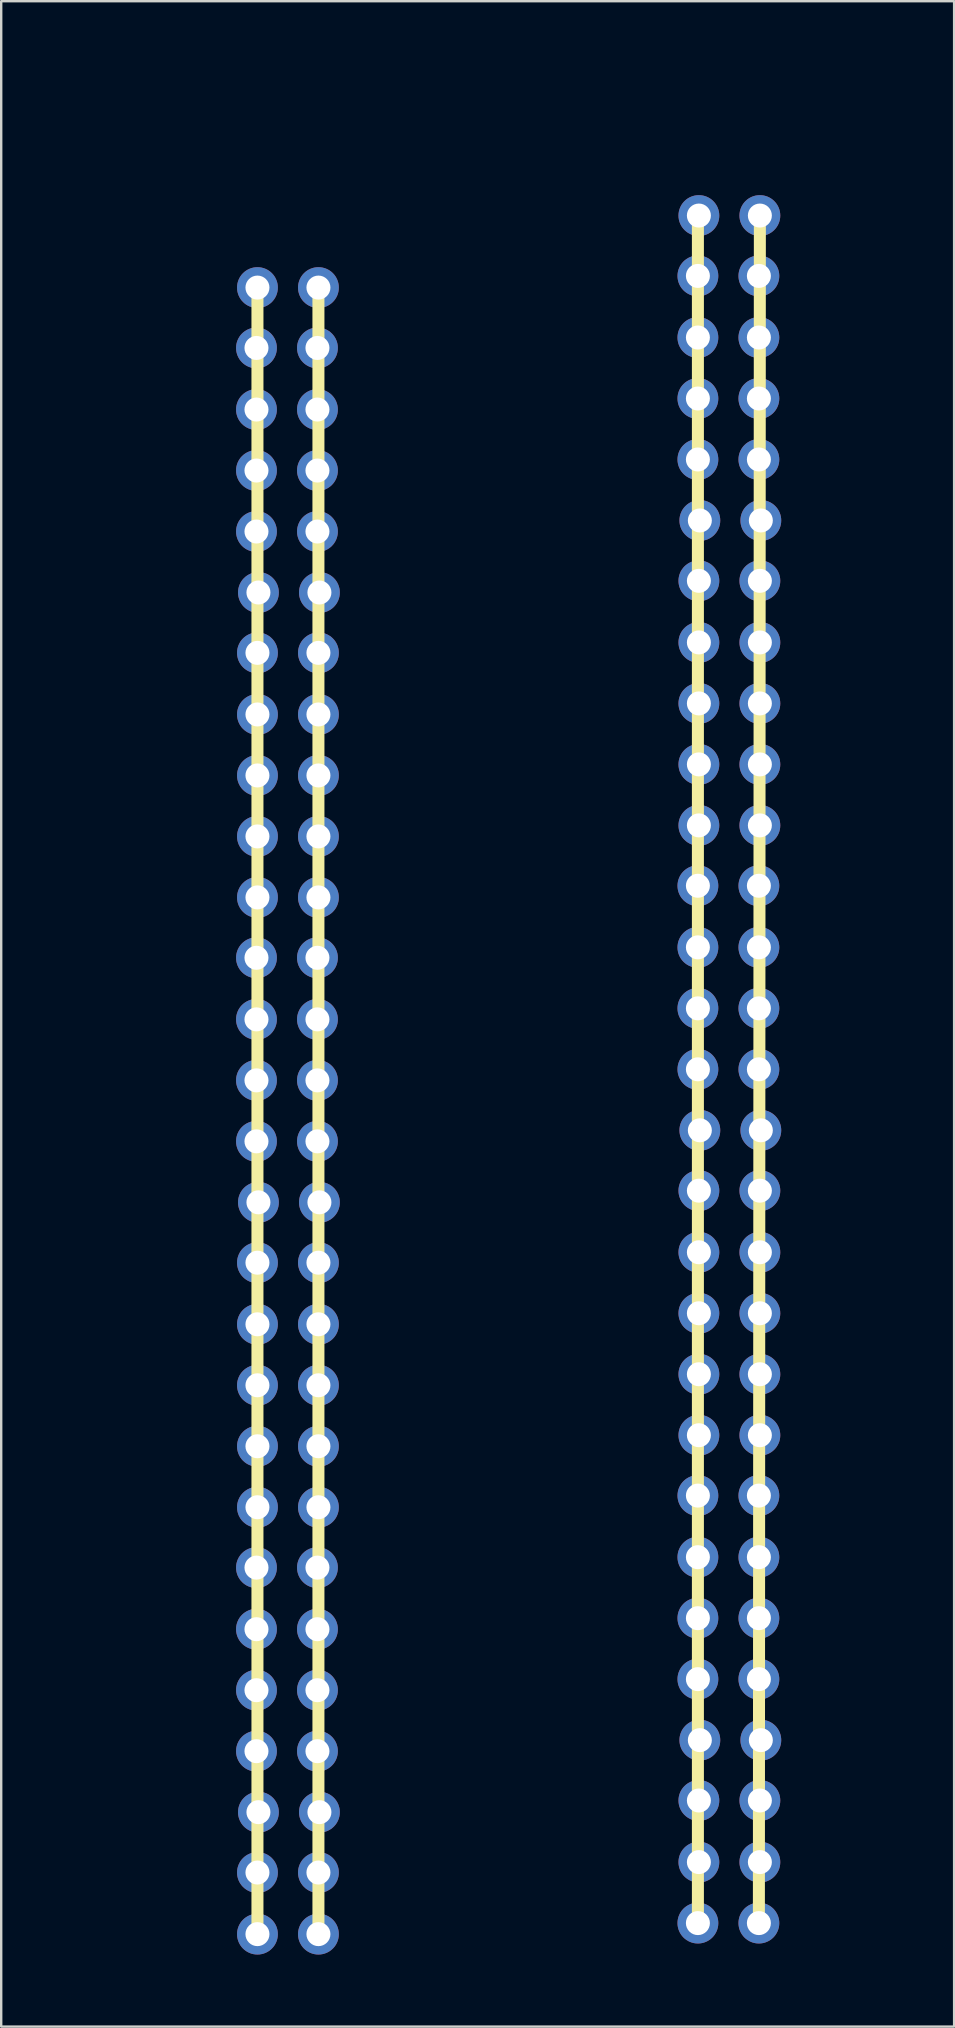
<source format=kicad_pcb>
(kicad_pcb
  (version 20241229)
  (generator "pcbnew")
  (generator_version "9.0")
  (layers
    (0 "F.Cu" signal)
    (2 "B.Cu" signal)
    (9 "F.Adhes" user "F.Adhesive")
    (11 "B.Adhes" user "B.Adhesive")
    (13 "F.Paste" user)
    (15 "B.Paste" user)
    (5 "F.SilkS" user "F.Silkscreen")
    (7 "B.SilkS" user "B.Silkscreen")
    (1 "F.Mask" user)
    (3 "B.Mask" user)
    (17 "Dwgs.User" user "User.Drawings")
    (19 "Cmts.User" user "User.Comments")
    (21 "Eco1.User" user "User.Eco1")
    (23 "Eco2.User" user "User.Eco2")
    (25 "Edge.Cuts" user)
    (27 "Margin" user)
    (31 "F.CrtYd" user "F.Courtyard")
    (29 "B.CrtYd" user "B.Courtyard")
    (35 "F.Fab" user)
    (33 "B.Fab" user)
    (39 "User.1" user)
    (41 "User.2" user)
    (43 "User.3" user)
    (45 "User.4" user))
  (footprint "28x2_pin_connected"
    (layer "F.Cu")
    (at 10.213 8.928)
    (property "Reference" "28x2_pin_connected" (at -2.54 -8.08 0) (unlocked yes) (layer "User.1") (effects (font (size 1 1) (thickness 0.15))))
    (attr through_hole)
    (fp_line (start -2.54 0) (end -2.54 68.58) (stroke (width 0.5) (type solid)) (layer "F.SilkS"))
    (fp_line (start 0 0) (end 0 68.58) (stroke (width 0.5) (type solid)) (layer "F.SilkS"))
    (pad "1" thru_hole oval (at -2.581 2.514) (size 1.7 1.7) (drill 1) (layers "*.Cu" "*.Mask"))
    (pad "1" thru_hole oval (at -2.581 5.08) (size 1.7 1.7) (drill 1) (layers "*.Cu" "*.Mask"))
    (pad "1" thru_hole oval (at -2.581 7.62) (size 1.7 1.7) (drill 1) (layers "*.Cu" "*.Mask"))
    (pad "1" thru_hole oval (at -2.581 10.16) (size 1.7 1.7) (drill 1) (layers "*.Cu" "*.Mask"))
    (pad "1" thru_hole oval (at -2.581 27.914) (size 1.7 1.7) (drill 1) (layers "*.Cu" "*.Mask"))
    (pad "1" thru_hole oval (at -2.581 30.48) (size 1.7 1.7) (drill 1) (layers "*.Cu" "*.Mask"))
    (pad "1" thru_hole oval (at -2.581 33.02) (size 1.7 1.7) (drill 1) (layers "*.Cu" "*.Mask"))
    (pad "1" thru_hole oval (at -2.581 35.56) (size 1.7 1.7) (drill 1) (layers "*.Cu" "*.Mask"))
    (pad "1" thru_hole oval (at -2.581 53.314) (size 1.7 1.7) (drill 1) (layers "*.Cu" "*.Mask"))
    (pad "1" thru_hole oval (at -2.581 55.88) (size 1.7 1.7) (drill 1) (layers "*.Cu" "*.Mask"))
    (pad "1" thru_hole oval (at -2.581 58.42) (size 1.7 1.7) (drill 1) (layers "*.Cu" "*.Mask"))
    (pad "1" thru_hole oval (at -2.581 60.96) (size 1.7 1.7) (drill 1) (layers "*.Cu" "*.Mask"))
    (pad "1" thru_hole oval (at -2.54 0) (size 1.7 1.7) (drill 1) (layers "*.Cu" "*.Mask"))
    (pad "1" thru_hole oval (at -2.54 15.214) (size 1.7 1.7) (drill 1) (layers "*.Cu" "*.Mask"))
    (pad "1" thru_hole oval (at -2.54 17.78) (size 1.7 1.7) (drill 1) (layers "*.Cu" "*.Mask"))
    (pad "1" thru_hole oval (at -2.54 20.32) (size 1.7 1.7) (drill 1) (layers "*.Cu" "*.Mask"))
    (pad "1" thru_hole oval (at -2.54 22.86) (size 1.7 1.7) (drill 1) (layers "*.Cu" "*.Mask"))
    (pad "1" thru_hole oval (at -2.54 25.4) (size 1.7 1.7) (drill 1) (layers "*.Cu" "*.Mask"))
    (pad "1" thru_hole oval (at -2.54 40.614) (size 1.7 1.7) (drill 1) (layers "*.Cu" "*.Mask"))
    (pad "1" thru_hole oval (at -2.54 43.18) (size 1.7 1.7) (drill 1) (layers "*.Cu" "*.Mask"))
    (pad "1" thru_hole oval (at -2.54 45.72) (size 1.7 1.7) (drill 1) (layers "*.Cu" "*.Mask"))
    (pad "1" thru_hole oval (at -2.54 48.26) (size 1.7 1.7) (drill 1) (layers "*.Cu" "*.Mask"))
    (pad "1" thru_hole oval (at -2.54 50.8) (size 1.7 1.7) (drill 1) (layers "*.Cu" "*.Mask"))
    (pad "1" thru_hole oval (at -2.54 66.014) (size 1.7 1.7) (drill 1) (layers "*.Cu" "*.Mask"))
    (pad "1" thru_hole oval (at -2.54 68.58) (size 1.7 1.7) (drill 1) (layers "*.Cu" "*.Mask"))
    (pad "1" thru_hole oval (at -2.499 12.7) (size 1.7 1.7) (drill 1) (layers "*.Cu" "*.Mask"))
    (pad "1" thru_hole oval (at -2.499 38.1) (size 1.7 1.7) (drill 1) (layers "*.Cu" "*.Mask"))
    (pad "1" thru_hole oval (at -2.499 63.5) (size 1.7 1.7) (drill 1) (layers "*.Cu" "*.Mask"))
    (pad "2" thru_hole oval (at -0.041 2.514) (size 1.7 1.7) (drill 1) (layers "*.Cu" "*.Mask"))
    (pad "2" thru_hole oval (at -0.041 5.08) (size 1.7 1.7) (drill 1) (layers "*.Cu" "*.Mask"))
    (pad "2" thru_hole oval (at -0.041 7.62) (size 1.7 1.7) (drill 1) (layers "*.Cu" "*.Mask"))
    (pad "2" thru_hole oval (at -0.041 10.16) (size 1.7 1.7) (drill 1) (layers "*.Cu" "*.Mask"))
    (pad "2" thru_hole oval (at -0.041 27.914) (size 1.7 1.7) (drill 1) (layers "*.Cu" "*.Mask"))
    (pad "2" thru_hole oval (at -0.041 30.48) (size 1.7 1.7) (drill 1) (layers "*.Cu" "*.Mask"))
    (pad "2" thru_hole oval (at -0.041 33.02) (size 1.7 1.7) (drill 1) (layers "*.Cu" "*.Mask"))
    (pad "2" thru_hole oval (at -0.041 35.56) (size 1.7 1.7) (drill 1) (layers "*.Cu" "*.Mask"))
    (pad "2" thru_hole oval (at -0.041 53.314) (size 1.7 1.7) (drill 1) (layers "*.Cu" "*.Mask"))
    (pad "2" thru_hole oval (at -0.041 55.88) (size 1.7 1.7) (drill 1) (layers "*.Cu" "*.Mask"))
    (pad "2" thru_hole oval (at -0.041 58.42) (size 1.7 1.7) (drill 1) (layers "*.Cu" "*.Mask"))
    (pad "2" thru_hole oval (at -0.041 60.96) (size 1.7 1.7) (drill 1) (layers "*.Cu" "*.Mask"))
    (pad "2" thru_hole oval (at 0 0) (size 1.7 1.7) (drill 1) (layers "*.Cu" "*.Mask"))
    (pad "2" thru_hole oval (at 0 15.214) (size 1.7 1.7) (drill 1) (layers "*.Cu" "*.Mask"))
    (pad "2" thru_hole oval (at 0 17.78) (size 1.7 1.7) (drill 1) (layers "*.Cu" "*.Mask"))
    (pad "2" thru_hole oval (at 0 20.32) (size 1.7 1.7) (drill 1) (layers "*.Cu" "*.Mask"))
    (pad "2" thru_hole oval (at 0 22.86) (size 1.7 1.7) (drill 1) (layers "*.Cu" "*.Mask"))
    (pad "2" thru_hole oval (at 0 25.4) (size 1.7 1.7) (drill 1) (layers "*.Cu" "*.Mask"))
    (pad "2" thru_hole oval (at 0 40.614) (size 1.7 1.7) (drill 1) (layers "*.Cu" "*.Mask"))
    (pad "2" thru_hole oval (at 0 43.18) (size 1.7 1.7) (drill 1) (layers "*.Cu" "*.Mask"))
    (pad "2" thru_hole oval (at 0 45.72) (size 1.7 1.7) (drill 1) (layers "*.Cu" "*.Mask"))
    (pad "2" thru_hole oval (at 0 48.26) (size 1.7 1.7) (drill 1) (layers "*.Cu" "*.Mask"))
    (pad "2" thru_hole oval (at 0 50.8) (size 1.7 1.7) (drill 1) (layers "*.Cu" "*.Mask"))
    (pad "2" thru_hole oval (at 0 66.014) (size 1.7 1.7) (drill 1) (layers "*.Cu" "*.Mask"))
    (pad "2" thru_hole oval (at 0 68.58) (size 1.7 1.7) (drill 1) (layers "*.Cu" "*.Mask"))
    (pad "2" thru_hole oval (at 0.041 12.7) (size 1.7 1.7) (drill 1) (layers "*.Cu" "*.Mask"))
    (pad "2" thru_hole oval (at 0.041 38.1) (size 1.7 1.7) (drill 1) (layers "*.Cu" "*.Mask"))
    (pad "2" thru_hole oval (at 0.041 63.5) (size 1.7 1.7) (drill 1) (layers "*.Cu" "*.Mask")))
  (footprint "29x2_pin_connected"
    (layer "F.Cu")
    (at 26.018 5.928)
    (property "Reference" "29x2_pin_connected" (at 0 -5.08 0) (unlocked yes) (layer "User.1") (effects (font (size 1 1) (thickness 0.15))))
    (attr through_hole)
    (fp_line (start 0 0) (end 0 71.12) (stroke (width 0.5) (type solid)) (layer "F.SilkS"))
    (fp_line (start 2.581 0) (end 2.54 71.12) (stroke (width 0.5) (type solid)) (layer "F.SilkS"))
    (pad "1" thru_hole oval (at 0 2.514) (size 1.7 1.7) (drill 1) (layers "*.Cu" "*.Mask"))
    (pad "1" thru_hole oval (at 0 5.08) (size 1.7 1.7) (drill 1) (layers "*.Cu" "*.Mask"))
    (pad "1" thru_hole oval (at 0 7.62) (size 1.7 1.7) (drill 1) (layers "*.Cu" "*.Mask"))
    (pad "1" thru_hole oval (at 0 10.16) (size 1.7 1.7) (drill 1) (layers "*.Cu" "*.Mask"))
    (pad "1" thru_hole oval (at 0 27.914) (size 1.7 1.7) (drill 1) (layers "*.Cu" "*.Mask"))
    (pad "1" thru_hole oval (at 0 30.48) (size 1.7 1.7) (drill 1) (layers "*.Cu" "*.Mask"))
    (pad "1" thru_hole oval (at 0 33.02) (size 1.7 1.7) (drill 1) (layers "*.Cu" "*.Mask"))
    (pad "1" thru_hole oval (at 0 35.56) (size 1.7 1.7) (drill 1) (layers "*.Cu" "*.Mask"))
    (pad "1" thru_hole oval (at 0 53.314) (size 1.7 1.7) (drill 1) (layers "*.Cu" "*.Mask"))
    (pad "1" thru_hole oval (at 0 55.88) (size 1.7 1.7) (drill 1) (layers "*.Cu" "*.Mask"))
    (pad "1" thru_hole oval (at 0 58.42) (size 1.7 1.7) (drill 1) (layers "*.Cu" "*.Mask"))
    (pad "1" thru_hole oval (at 0 60.96) (size 1.7 1.7) (drill 1) (layers "*.Cu" "*.Mask"))
    (pad "1" thru_hole oval (at 0 71.12) (size 1.7 1.7) (drill 1) (layers "*.Cu" "*.Mask"))
    (pad "1" thru_hole oval (at 0.041 0) (size 1.7 1.7) (drill 1) (layers "*.Cu" "*.Mask"))
    (pad "1" thru_hole oval (at 0.041 15.214) (size 1.7 1.7) (drill 1) (layers "*.Cu" "*.Mask"))
    (pad "1" thru_hole oval (at 0.041 17.78) (size 1.7 1.7) (drill 1) (layers "*.Cu" "*.Mask"))
    (pad "1" thru_hole oval (at 0.041 20.32) (size 1.7 1.7) (drill 1) (layers "*.Cu" "*.Mask"))
    (pad "1" thru_hole oval (at 0.041 22.86) (size 1.7 1.7) (drill 1) (layers "*.Cu" "*.Mask"))
    (pad "1" thru_hole oval (at 0.041 25.4) (size 1.7 1.7) (drill 1) (layers "*.Cu" "*.Mask"))
    (pad "1" thru_hole oval (at 0.041 40.614) (size 1.7 1.7) (drill 1) (layers "*.Cu" "*.Mask"))
    (pad "1" thru_hole oval (at 0.041 43.18) (size 1.7 1.7) (drill 1) (layers "*.Cu" "*.Mask"))
    (pad "1" thru_hole oval (at 0.041 45.72) (size 1.7 1.7) (drill 1) (layers "*.Cu" "*.Mask"))
    (pad "1" thru_hole oval (at 0.041 48.26) (size 1.7 1.7) (drill 1) (layers "*.Cu" "*.Mask"))
    (pad "1" thru_hole oval (at 0.041 50.8) (size 1.7 1.7) (drill 1) (layers "*.Cu" "*.Mask"))
    (pad "1" thru_hole oval (at 0.041 66.014) (size 1.7 1.7) (drill 1) (layers "*.Cu" "*.Mask"))
    (pad "1" thru_hole oval (at 0.041 68.58) (size 1.7 1.7) (drill 1) (layers "*.Cu" "*.Mask"))
    (pad "1" thru_hole oval (at 0.081 12.7) (size 1.7 1.7) (drill 1) (layers "*.Cu" "*.Mask"))
    (pad "1" thru_hole oval (at 0.081 38.1) (size 1.7 1.7) (drill 1) (layers "*.Cu" "*.Mask"))
    (pad "1" thru_hole oval (at 0.081 63.5) (size 1.7 1.7) (drill 1) (layers "*.Cu" "*.Mask"))
    (pad "2" thru_hole oval (at 2.54 2.514) (size 1.7 1.7) (drill 1) (layers "*.Cu" "*.Mask"))
    (pad "2" thru_hole oval (at 2.54 5.08) (size 1.7 1.7) (drill 1) (layers "*.Cu" "*.Mask"))
    (pad "2" thru_hole oval (at 2.54 7.62) (size 1.7 1.7) (drill 1) (layers "*.Cu" "*.Mask"))
    (pad "2" thru_hole oval (at 2.54 10.16) (size 1.7 1.7) (drill 1) (layers "*.Cu" "*.Mask"))
    (pad "2" thru_hole oval (at 2.54 27.914) (size 1.7 1.7) (drill 1) (layers "*.Cu" "*.Mask"))
    (pad "2" thru_hole oval (at 2.54 30.48) (size 1.7 1.7) (drill 1) (layers "*.Cu" "*.Mask"))
    (pad "2" thru_hole oval (at 2.54 33.02) (size 1.7 1.7) (drill 1) (layers "*.Cu" "*.Mask"))
    (pad "2" thru_hole oval (at 2.54 35.56) (size 1.7 1.7) (drill 1) (layers "*.Cu" "*.Mask"))
    (pad "2" thru_hole oval (at 2.54 53.314) (size 1.7 1.7) (drill 1) (layers "*.Cu" "*.Mask"))
    (pad "2" thru_hole oval (at 2.54 55.88) (size 1.7 1.7) (drill 1) (layers "*.Cu" "*.Mask"))
    (pad "2" thru_hole oval (at 2.54 58.42) (size 1.7 1.7) (drill 1) (layers "*.Cu" "*.Mask"))
    (pad "2" thru_hole oval (at 2.54 60.96) (size 1.7 1.7) (drill 1) (layers "*.Cu" "*.Mask"))
    (pad "2" thru_hole oval (at 2.54 71.12) (size 1.7 1.7) (drill 1) (layers "*.Cu" "*.Mask"))
    (pad "2" thru_hole oval (at 2.581 0) (size 1.7 1.7) (drill 1) (layers "*.Cu" "*.Mask"))
    (pad "2" thru_hole oval (at 2.581 15.214) (size 1.7 1.7) (drill 1) (layers "*.Cu" "*.Mask"))
    (pad "2" thru_hole oval (at 2.581 17.78) (size 1.7 1.7) (drill 1) (layers "*.Cu" "*.Mask"))
    (pad "2" thru_hole oval (at 2.581 20.32) (size 1.7 1.7) (drill 1) (layers "*.Cu" "*.Mask"))
    (pad "2" thru_hole oval (at 2.581 22.86) (size 1.7 1.7) (drill 1) (layers "*.Cu" "*.Mask"))
    (pad "2" thru_hole oval (at 2.581 25.4) (size 1.7 1.7) (drill 1) (layers "*.Cu" "*.Mask"))
    (pad "2" thru_hole oval (at 2.581 40.614) (size 1.7 1.7) (drill 1) (layers "*.Cu" "*.Mask"))
    (pad "2" thru_hole oval (at 2.581 43.18) (size 1.7 1.7) (drill 1) (layers "*.Cu" "*.Mask"))
    (pad "2" thru_hole oval (at 2.581 45.72) (size 1.7 1.7) (drill 1) (layers "*.Cu" "*.Mask"))
    (pad "2" thru_hole oval (at 2.581 48.26) (size 1.7 1.7) (drill 1) (layers "*.Cu" "*.Mask"))
    (pad "2" thru_hole oval (at 2.581 50.8) (size 1.7 1.7) (drill 1) (layers "*.Cu" "*.Mask"))
    (pad "2" thru_hole oval (at 2.581 66.014) (size 1.7 1.7) (drill 1) (layers "*.Cu" "*.Mask"))
    (pad "2" thru_hole oval (at 2.581 68.58) (size 1.7 1.7) (drill 1) (layers "*.Cu" "*.Mask"))
    (pad "2" thru_hole oval (at 2.621 12.7) (size 1.7 1.7) (drill 1) (layers "*.Cu" "*.Mask"))
    (pad "2" thru_hole oval (at 2.621 38.1) (size 1.7 1.7) (drill 1) (layers "*.Cu" "*.Mask"))
    (pad "2" thru_hole oval (at 2.621 63.5) (size 1.7 1.7) (drill 1) (layers "*.Cu" "*.Mask")))
  (gr_rect
    (start -3 -3)
    (end 36.69 81.358)
    (stroke (width 0.1) (type default))
    (fill no)
    (layer "Edge.Cuts")))
</source>
